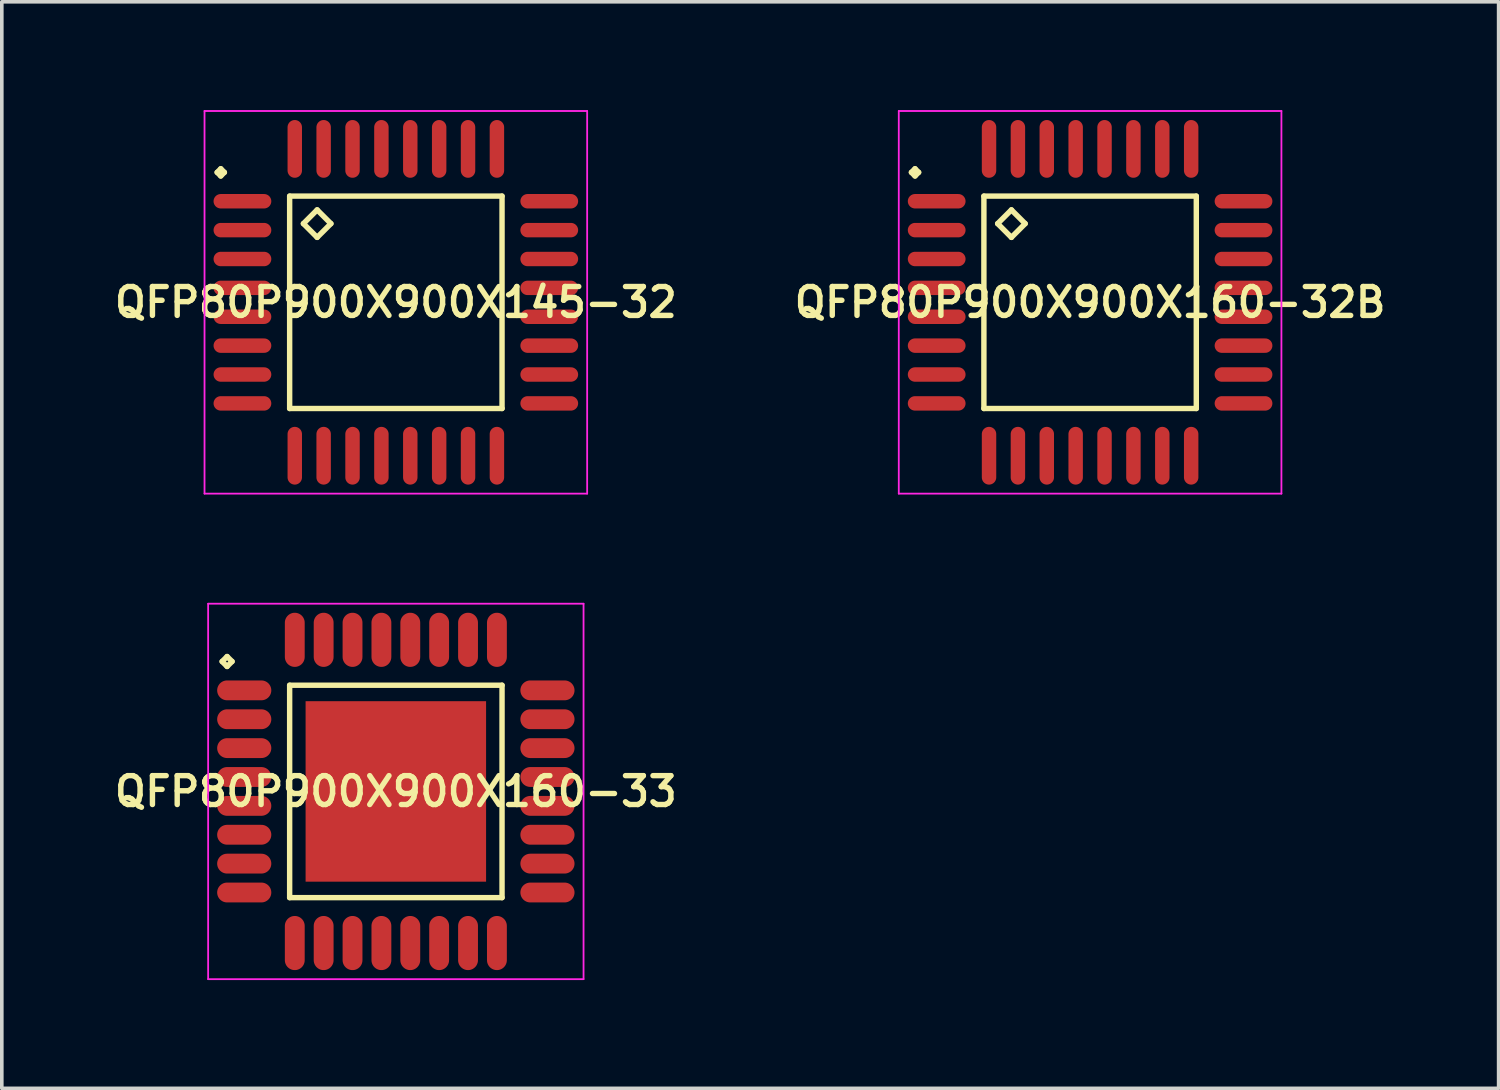
<source format=kicad_pcb>
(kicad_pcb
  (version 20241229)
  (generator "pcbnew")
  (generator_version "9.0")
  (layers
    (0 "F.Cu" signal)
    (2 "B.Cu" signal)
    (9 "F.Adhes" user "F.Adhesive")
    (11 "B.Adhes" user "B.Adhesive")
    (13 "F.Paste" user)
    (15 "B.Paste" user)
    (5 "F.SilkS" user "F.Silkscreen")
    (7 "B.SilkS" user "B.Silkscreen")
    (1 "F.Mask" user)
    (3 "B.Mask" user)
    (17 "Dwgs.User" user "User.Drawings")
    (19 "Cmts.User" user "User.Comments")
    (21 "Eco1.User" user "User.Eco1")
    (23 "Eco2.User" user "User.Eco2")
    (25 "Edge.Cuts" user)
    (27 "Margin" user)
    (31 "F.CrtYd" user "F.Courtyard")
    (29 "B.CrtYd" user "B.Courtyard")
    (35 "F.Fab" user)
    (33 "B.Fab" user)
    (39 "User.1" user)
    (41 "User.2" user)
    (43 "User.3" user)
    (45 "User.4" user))
  (footprint "QFP80P900X900X160-32B"
    (layer "F.Cu")
    (at 27.149 5.325)
    (property "Reference" "QFP80P900X900X160-32B" (at 0 0 0) (layer "F.SilkS") (effects (font (size 0.8 0.8) (thickness 0.15))))
    (attr smd)
    (fp_line (start -4.95 -3.6) (end -4.85 -3.7) (stroke (width 0.15) (type solid)) (layer "F.SilkS"))
    (fp_line (start -4.85 -3.7) (end -4.75 -3.6) (stroke (width 0.15) (type solid)) (layer "F.SilkS"))
    (fp_line (start -4.85 -3.5) (end -4.95 -3.6) (stroke (width 0.15) (type solid)) (layer "F.SilkS"))
    (fp_line (start -4.75 -3.6) (end -4.85 -3.5) (stroke (width 0.15) (type solid)) (layer "F.SilkS"))
    (fp_line (start -2.942 -2.942) (end -2.942 2.942) (stroke (width 0.15) (type solid)) (layer "F.SilkS"))
    (fp_line (start -2.942 2.942) (end 2.942 2.942) (stroke (width 0.15) (type solid)) (layer "F.SilkS"))
    (fp_line (start -2.561 -2.18) (end -2.18 -2.561) (stroke (width 0.15) (type solid)) (layer "F.SilkS"))
    (fp_line (start -2.18 -2.561) (end -1.799 -2.18) (stroke (width 0.15) (type solid)) (layer "F.SilkS"))
    (fp_line (start -2.18 -1.799) (end -2.561 -2.18) (stroke (width 0.15) (type solid)) (layer "F.SilkS"))
    (fp_line (start -1.799 -2.18) (end -2.18 -1.799) (stroke (width 0.15) (type solid)) (layer "F.SilkS"))
    (fp_line (start 2.942 -2.942) (end -2.942 -2.942) (stroke (width 0.15) (type solid)) (layer "F.SilkS"))
    (fp_line (start 2.942 2.942) (end 2.942 -2.942) (stroke (width 0.15) (type solid)) (layer "F.SilkS"))
    (fp_line (start -5.3 -5.3) (end 5.3 -5.3) (stroke (width 0.05) (type solid)) (layer "F.CrtYd"))
    (fp_line (start -5.3 5.3) (end -5.3 -5.3) (stroke (width 0.05) (type solid)) (layer "F.CrtYd"))
    (fp_line (start 5.3 -5.3) (end 5.3 5.3) (stroke (width 0.05) (type solid)) (layer "F.CrtYd"))
    (fp_line (start 5.3 5.3) (end -5.3 5.3) (stroke (width 0.05) (type solid)) (layer "F.CrtYd"))
    (pad "1" smd oval (at -4.25 -2.8) (size 1.6 0.4) (layers "F.Cu" "F.Mask" "F.Paste"))
    (pad "2" smd oval (at -4.25 -2) (size 1.6 0.4) (layers "F.Cu" "F.Mask" "F.Paste"))
    (pad "3" smd oval (at -4.25 -1.2) (size 1.6 0.4) (layers "F.Cu" "F.Mask" "F.Paste"))
    (pad "4" smd oval (at -4.25 -0.4) (size 1.6 0.4) (layers "F.Cu" "F.Mask" "F.Paste"))
    (pad "5" smd oval (at -4.25 0.4) (size 1.6 0.4) (layers "F.Cu" "F.Mask" "F.Paste"))
    (pad "6" smd oval (at -4.25 1.2) (size 1.6 0.4) (layers "F.Cu" "F.Mask" "F.Paste"))
    (pad "7" smd oval (at -4.25 2) (size 1.6 0.4) (layers "F.Cu" "F.Mask" "F.Paste"))
    (pad "8" smd oval (at -4.25 2.8) (size 1.6 0.4) (layers "F.Cu" "F.Mask" "F.Paste"))
    (pad "9" smd oval (at -2.8 4.25) (size 0.4 1.6) (layers "F.Cu" "F.Mask" "F.Paste"))
    (pad "10" smd oval (at -2 4.25) (size 0.4 1.6) (layers "F.Cu" "F.Mask" "F.Paste"))
    (pad "11" smd oval (at -1.2 4.25) (size 0.4 1.6) (layers "F.Cu" "F.Mask" "F.Paste"))
    (pad "12" smd oval (at -0.4 4.25) (size 0.4 1.6) (layers "F.Cu" "F.Mask" "F.Paste"))
    (pad "13" smd oval (at 0.4 4.25) (size 0.4 1.6) (layers "F.Cu" "F.Mask" "F.Paste"))
    (pad "14" smd oval (at 1.2 4.25) (size 0.4 1.6) (layers "F.Cu" "F.Mask" "F.Paste"))
    (pad "15" smd oval (at 2 4.25) (size 0.4 1.6) (layers "F.Cu" "F.Mask" "F.Paste"))
    (pad "16" smd oval (at 2.8 4.25) (size 0.4 1.6) (layers "F.Cu" "F.Mask" "F.Paste"))
    (pad "17" smd oval (at 4.25 2.8) (size 1.6 0.4) (layers "F.Cu" "F.Mask" "F.Paste"))
    (pad "18" smd oval (at 4.25 2) (size 1.6 0.4) (layers "F.Cu" "F.Mask" "F.Paste"))
    (pad "19" smd oval (at 4.25 1.2) (size 1.6 0.4) (layers "F.Cu" "F.Mask" "F.Paste"))
    (pad "20" smd oval (at 4.25 0.4) (size 1.6 0.4) (layers "F.Cu" "F.Mask" "F.Paste"))
    (pad "21" smd oval (at 4.25 -0.4) (size 1.6 0.4) (layers "F.Cu" "F.Mask" "F.Paste"))
    (pad "22" smd oval (at 4.25 -1.2) (size 1.6 0.4) (layers "F.Cu" "F.Mask" "F.Paste"))
    (pad "23" smd oval (at 4.25 -2) (size 1.6 0.4) (layers "F.Cu" "F.Mask" "F.Paste"))
    (pad "24" smd oval (at 4.25 -2.8) (size 1.6 0.4) (layers "F.Cu" "F.Mask" "F.Paste"))
    (pad "25" smd oval (at 2.8 -4.25) (size 0.4 1.6) (layers "F.Cu" "F.Mask" "F.Paste"))
    (pad "26" smd oval (at 2 -4.25) (size 0.4 1.6) (layers "F.Cu" "F.Mask" "F.Paste"))
    (pad "27" smd oval (at 1.2 -4.25) (size 0.4 1.6) (layers "F.Cu" "F.Mask" "F.Paste"))
    (pad "28" smd oval (at 0.4 -4.25) (size 0.4 1.6) (layers "F.Cu" "F.Mask" "F.Paste"))
    (pad "29" smd oval (at -0.4 -4.25) (size 0.4 1.6) (layers "F.Cu" "F.Mask" "F.Paste"))
    (pad "30" smd oval (at -1.2 -4.25) (size 0.4 1.6) (layers "F.Cu" "F.Mask" "F.Paste"))
    (pad "31" smd oval (at -2 -4.25) (size 0.4 1.6) (layers "F.Cu" "F.Mask" "F.Paste"))
    (pad "32" smd oval (at -2.8 -4.25) (size 0.4 1.6) (layers "F.Cu" "F.Mask" "F.Paste")))
  (footprint "QFP80P900X900X160-33"
    (layer "F.Cu")
    (at 7.916 18.875)
    (property "Reference" "QFP80P900X900X160-33" (at 0 0 0) (layer "F.SilkS") (effects (font (size 0.8 0.8) (thickness 0.15))))
    (attr smd)
    (fp_line (start -4.812 -3.6) (end -4.675 -3.737) (stroke (width 0.15) (type solid)) (layer "F.SilkS"))
    (fp_line (start -4.675 -3.737) (end -4.537 -3.6) (stroke (width 0.15) (type solid)) (layer "F.SilkS"))
    (fp_line (start -4.675 -3.462) (end -4.812 -3.6) (stroke (width 0.15) (type solid)) (layer "F.SilkS"))
    (fp_line (start -4.537 -3.6) (end -4.675 -3.462) (stroke (width 0.15) (type solid)) (layer "F.SilkS"))
    (fp_line (start -2.942 -2.942) (end -2.942 2.942) (stroke (width 0.15) (type solid)) (layer "F.SilkS"))
    (fp_line (start -2.942 2.942) (end 2.942 2.942) (stroke (width 0.15) (type solid)) (layer "F.SilkS"))
    (fp_line (start 2.942 -2.942) (end -2.942 -2.942) (stroke (width 0.15) (type solid)) (layer "F.SilkS"))
    (fp_line (start 2.942 2.942) (end 2.942 -2.942) (stroke (width 0.15) (type solid)) (layer "F.SilkS"))
    (fp_line (start -5.2 -5.2) (end 5.2 -5.2) (stroke (width 0.05) (type solid)) (layer "F.CrtYd"))
    (fp_line (start -5.2 5.2) (end -5.2 -5.2) (stroke (width 0.05) (type solid)) (layer "F.CrtYd"))
    (fp_line (start 5.2 -5.2) (end 5.2 5.2) (stroke (width 0.05) (type solid)) (layer "F.CrtYd"))
    (fp_line (start 5.2 5.2) (end -5.2 5.2) (stroke (width 0.05) (type solid)) (layer "F.CrtYd"))
    (pad "1" smd oval (at -4.2 -2.8) (size 1.5 0.55) (layers "F.Cu" "F.Mask" "F.Paste"))
    (pad "2" smd oval (at -4.2 -2) (size 1.5 0.55) (layers "F.Cu" "F.Mask" "F.Paste"))
    (pad "3" smd oval (at -4.2 -1.2) (size 1.5 0.55) (layers "F.Cu" "F.Mask" "F.Paste"))
    (pad "4" smd oval (at -4.2 -0.4) (size 1.5 0.55) (layers "F.Cu" "F.Mask" "F.Paste"))
    (pad "5" smd oval (at -4.2 0.4) (size 1.5 0.55) (layers "F.Cu" "F.Mask" "F.Paste"))
    (pad "6" smd oval (at -4.2 1.2) (size 1.5 0.55) (layers "F.Cu" "F.Mask" "F.Paste"))
    (pad "7" smd oval (at -4.2 2) (size 1.5 0.55) (layers "F.Cu" "F.Mask" "F.Paste"))
    (pad "8" smd oval (at -4.2 2.8) (size 1.5 0.55) (layers "F.Cu" "F.Mask" "F.Paste"))
    (pad "9" smd oval (at -2.8 4.2) (size 0.55 1.5) (layers "F.Cu" "F.Mask" "F.Paste"))
    (pad "10" smd oval (at -2 4.2) (size 0.55 1.5) (layers "F.Cu" "F.Mask" "F.Paste"))
    (pad "11" smd oval (at -1.2 4.2) (size 0.55 1.5) (layers "F.Cu" "F.Mask" "F.Paste"))
    (pad "12" smd oval (at -0.4 4.2) (size 0.55 1.5) (layers "F.Cu" "F.Mask" "F.Paste"))
    (pad "13" smd oval (at 0.4 4.2) (size 0.55 1.5) (layers "F.Cu" "F.Mask" "F.Paste"))
    (pad "14" smd oval (at 1.2 4.2) (size 0.55 1.5) (layers "F.Cu" "F.Mask" "F.Paste"))
    (pad "15" smd oval (at 2 4.2) (size 0.55 1.5) (layers "F.Cu" "F.Mask" "F.Paste"))
    (pad "16" smd oval (at 2.8 4.2) (size 0.55 1.5) (layers "F.Cu" "F.Mask" "F.Paste"))
    (pad "17" smd oval (at 4.2 2.8) (size 1.5 0.55) (layers "F.Cu" "F.Mask" "F.Paste"))
    (pad "18" smd oval (at 4.2 2) (size 1.5 0.55) (layers "F.Cu" "F.Mask" "F.Paste"))
    (pad "19" smd oval (at 4.2 1.2) (size 1.5 0.55) (layers "F.Cu" "F.Mask" "F.Paste"))
    (pad "20" smd oval (at 4.2 0.4) (size 1.5 0.55) (layers "F.Cu" "F.Mask" "F.Paste"))
    (pad "21" smd oval (at 4.2 -0.4) (size 1.5 0.55) (layers "F.Cu" "F.Mask" "F.Paste"))
    (pad "22" smd oval (at 4.2 -1.2) (size 1.5 0.55) (layers "F.Cu" "F.Mask" "F.Paste"))
    (pad "23" smd oval (at 4.2 -2) (size 1.5 0.55) (layers "F.Cu" "F.Mask" "F.Paste"))
    (pad "24" smd oval (at 4.2 -2.8) (size 1.5 0.55) (layers "F.Cu" "F.Mask" "F.Paste"))
    (pad "25" smd oval (at 2.8 -4.2) (size 0.55 1.5) (layers "F.Cu" "F.Mask" "F.Paste"))
    (pad "26" smd oval (at 2 -4.2) (size 0.55 1.5) (layers "F.Cu" "F.Mask" "F.Paste"))
    (pad "27" smd oval (at 1.2 -4.2) (size 0.55 1.5) (layers "F.Cu" "F.Mask" "F.Paste"))
    (pad "28" smd oval (at 0.4 -4.2) (size 0.55 1.5) (layers "F.Cu" "F.Mask" "F.Paste"))
    (pad "29" smd oval (at -0.4 -4.2) (size 0.55 1.5) (layers "F.Cu" "F.Mask" "F.Paste"))
    (pad "30" smd oval (at -1.2 -4.2) (size 0.55 1.5) (layers "F.Cu" "F.Mask" "F.Paste"))
    (pad "31" smd oval (at -2 -4.2) (size 0.55 1.5) (layers "F.Cu" "F.Mask" "F.Paste"))
    (pad "32" smd oval (at -2.8 -4.2) (size 0.55 1.5) (layers "F.Cu" "F.Mask" "F.Paste"))
    (pad "33" smd rect (at 0 0) (size 5 5) (layers "F.Cu" "F.Mask" "F.Paste")))
  (footprint "QFP80P900X900X145-32"
    (layer "F.Cu")
    (at 7.916 5.325)
    (property "Reference" "QFP80P900X900X145-32" (at 0 0 0) (layer "F.SilkS") (effects (font (size 0.8 0.8) (thickness 0.15))))
    (attr smd)
    (fp_line (start -4.95 -3.6) (end -4.85 -3.7) (stroke (width 0.15) (type solid)) (layer "F.SilkS"))
    (fp_line (start -4.85 -3.7) (end -4.75 -3.6) (stroke (width 0.15) (type solid)) (layer "F.SilkS"))
    (fp_line (start -4.85 -3.5) (end -4.95 -3.6) (stroke (width 0.15) (type solid)) (layer "F.SilkS"))
    (fp_line (start -4.75 -3.6) (end -4.85 -3.5) (stroke (width 0.15) (type solid)) (layer "F.SilkS"))
    (fp_line (start -2.942 -2.942) (end -2.942 2.942) (stroke (width 0.15) (type solid)) (layer "F.SilkS"))
    (fp_line (start -2.942 2.942) (end 2.942 2.942) (stroke (width 0.15) (type solid)) (layer "F.SilkS"))
    (fp_line (start -2.561 -2.18) (end -2.18 -2.561) (stroke (width 0.15) (type solid)) (layer "F.SilkS"))
    (fp_line (start -2.18 -2.561) (end -1.799 -2.18) (stroke (width 0.15) (type solid)) (layer "F.SilkS"))
    (fp_line (start -2.18 -1.799) (end -2.561 -2.18) (stroke (width 0.15) (type solid)) (layer "F.SilkS"))
    (fp_line (start -1.799 -2.18) (end -2.18 -1.799) (stroke (width 0.15) (type solid)) (layer "F.SilkS"))
    (fp_line (start 2.942 -2.942) (end -2.942 -2.942) (stroke (width 0.15) (type solid)) (layer "F.SilkS"))
    (fp_line (start 2.942 2.942) (end 2.942 -2.942) (stroke (width 0.15) (type solid)) (layer "F.SilkS"))
    (fp_line (start -5.3 -5.3) (end 5.3 -5.3) (stroke (width 0.05) (type solid)) (layer "F.CrtYd"))
    (fp_line (start -5.3 5.3) (end -5.3 -5.3) (stroke (width 0.05) (type solid)) (layer "F.CrtYd"))
    (fp_line (start 5.3 -5.3) (end 5.3 5.3) (stroke (width 0.05) (type solid)) (layer "F.CrtYd"))
    (fp_line (start 5.3 5.3) (end -5.3 5.3) (stroke (width 0.05) (type solid)) (layer "F.CrtYd"))
    (pad "1" smd oval (at -4.25 -2.8) (size 1.6 0.4) (layers "F.Cu" "F.Mask" "F.Paste"))
    (pad "2" smd oval (at -4.25 -2) (size 1.6 0.4) (layers "F.Cu" "F.Mask" "F.Paste"))
    (pad "3" smd oval (at -4.25 -1.2) (size 1.6 0.4) (layers "F.Cu" "F.Mask" "F.Paste"))
    (pad "4" smd oval (at -4.25 -0.4) (size 1.6 0.4) (layers "F.Cu" "F.Mask" "F.Paste"))
    (pad "5" smd oval (at -4.25 0.4) (size 1.6 0.4) (layers "F.Cu" "F.Mask" "F.Paste"))
    (pad "6" smd oval (at -4.25 1.2) (size 1.6 0.4) (layers "F.Cu" "F.Mask" "F.Paste"))
    (pad "7" smd oval (at -4.25 2) (size 1.6 0.4) (layers "F.Cu" "F.Mask" "F.Paste"))
    (pad "8" smd oval (at -4.25 2.8) (size 1.6 0.4) (layers "F.Cu" "F.Mask" "F.Paste"))
    (pad "9" smd oval (at -2.8 4.25) (size 0.4 1.6) (layers "F.Cu" "F.Mask" "F.Paste"))
    (pad "10" smd oval (at -2 4.25) (size 0.4 1.6) (layers "F.Cu" "F.Mask" "F.Paste"))
    (pad "11" smd oval (at -1.2 4.25) (size 0.4 1.6) (layers "F.Cu" "F.Mask" "F.Paste"))
    (pad "12" smd oval (at -0.4 4.25) (size 0.4 1.6) (layers "F.Cu" "F.Mask" "F.Paste"))
    (pad "13" smd oval (at 0.4 4.25) (size 0.4 1.6) (layers "F.Cu" "F.Mask" "F.Paste"))
    (pad "14" smd oval (at 1.2 4.25) (size 0.4 1.6) (layers "F.Cu" "F.Mask" "F.Paste"))
    (pad "15" smd oval (at 2 4.25) (size 0.4 1.6) (layers "F.Cu" "F.Mask" "F.Paste"))
    (pad "16" smd oval (at 2.8 4.25) (size 0.4 1.6) (layers "F.Cu" "F.Mask" "F.Paste"))
    (pad "17" smd oval (at 4.25 2.8) (size 1.6 0.4) (layers "F.Cu" "F.Mask" "F.Paste"))
    (pad "18" smd oval (at 4.25 2) (size 1.6 0.4) (layers "F.Cu" "F.Mask" "F.Paste"))
    (pad "19" smd oval (at 4.25 1.2) (size 1.6 0.4) (layers "F.Cu" "F.Mask" "F.Paste"))
    (pad "20" smd oval (at 4.25 0.4) (size 1.6 0.4) (layers "F.Cu" "F.Mask" "F.Paste"))
    (pad "21" smd oval (at 4.25 -0.4) (size 1.6 0.4) (layers "F.Cu" "F.Mask" "F.Paste"))
    (pad "22" smd oval (at 4.25 -1.2) (size 1.6 0.4) (layers "F.Cu" "F.Mask" "F.Paste"))
    (pad "23" smd oval (at 4.25 -2) (size 1.6 0.4) (layers "F.Cu" "F.Mask" "F.Paste"))
    (pad "24" smd oval (at 4.25 -2.8) (size 1.6 0.4) (layers "F.Cu" "F.Mask" "F.Paste"))
    (pad "25" smd oval (at 2.8 -4.25) (size 0.4 1.6) (layers "F.Cu" "F.Mask" "F.Paste"))
    (pad "26" smd oval (at 2 -4.25) (size 0.4 1.6) (layers "F.Cu" "F.Mask" "F.Paste"))
    (pad "27" smd oval (at 1.2 -4.25) (size 0.4 1.6) (layers "F.Cu" "F.Mask" "F.Paste"))
    (pad "28" smd oval (at 0.4 -4.25) (size 0.4 1.6) (layers "F.Cu" "F.Mask" "F.Paste"))
    (pad "29" smd oval (at -0.4 -4.25) (size 0.4 1.6) (layers "F.Cu" "F.Mask" "F.Paste"))
    (pad "30" smd oval (at -1.2 -4.25) (size 0.4 1.6) (layers "F.Cu" "F.Mask" "F.Paste"))
    (pad "31" smd oval (at -2 -4.25) (size 0.4 1.6) (layers "F.Cu" "F.Mask" "F.Paste"))
    (pad "32" smd oval (at -2.8 -4.25) (size 0.4 1.6) (layers "F.Cu" "F.Mask" "F.Paste")))
  (gr_rect
    (start -3 -3)
    (end 38.466 27.1)
    (stroke (width 0.1) (type default))
    (fill no)
    (layer "Edge.Cuts")))
</source>
